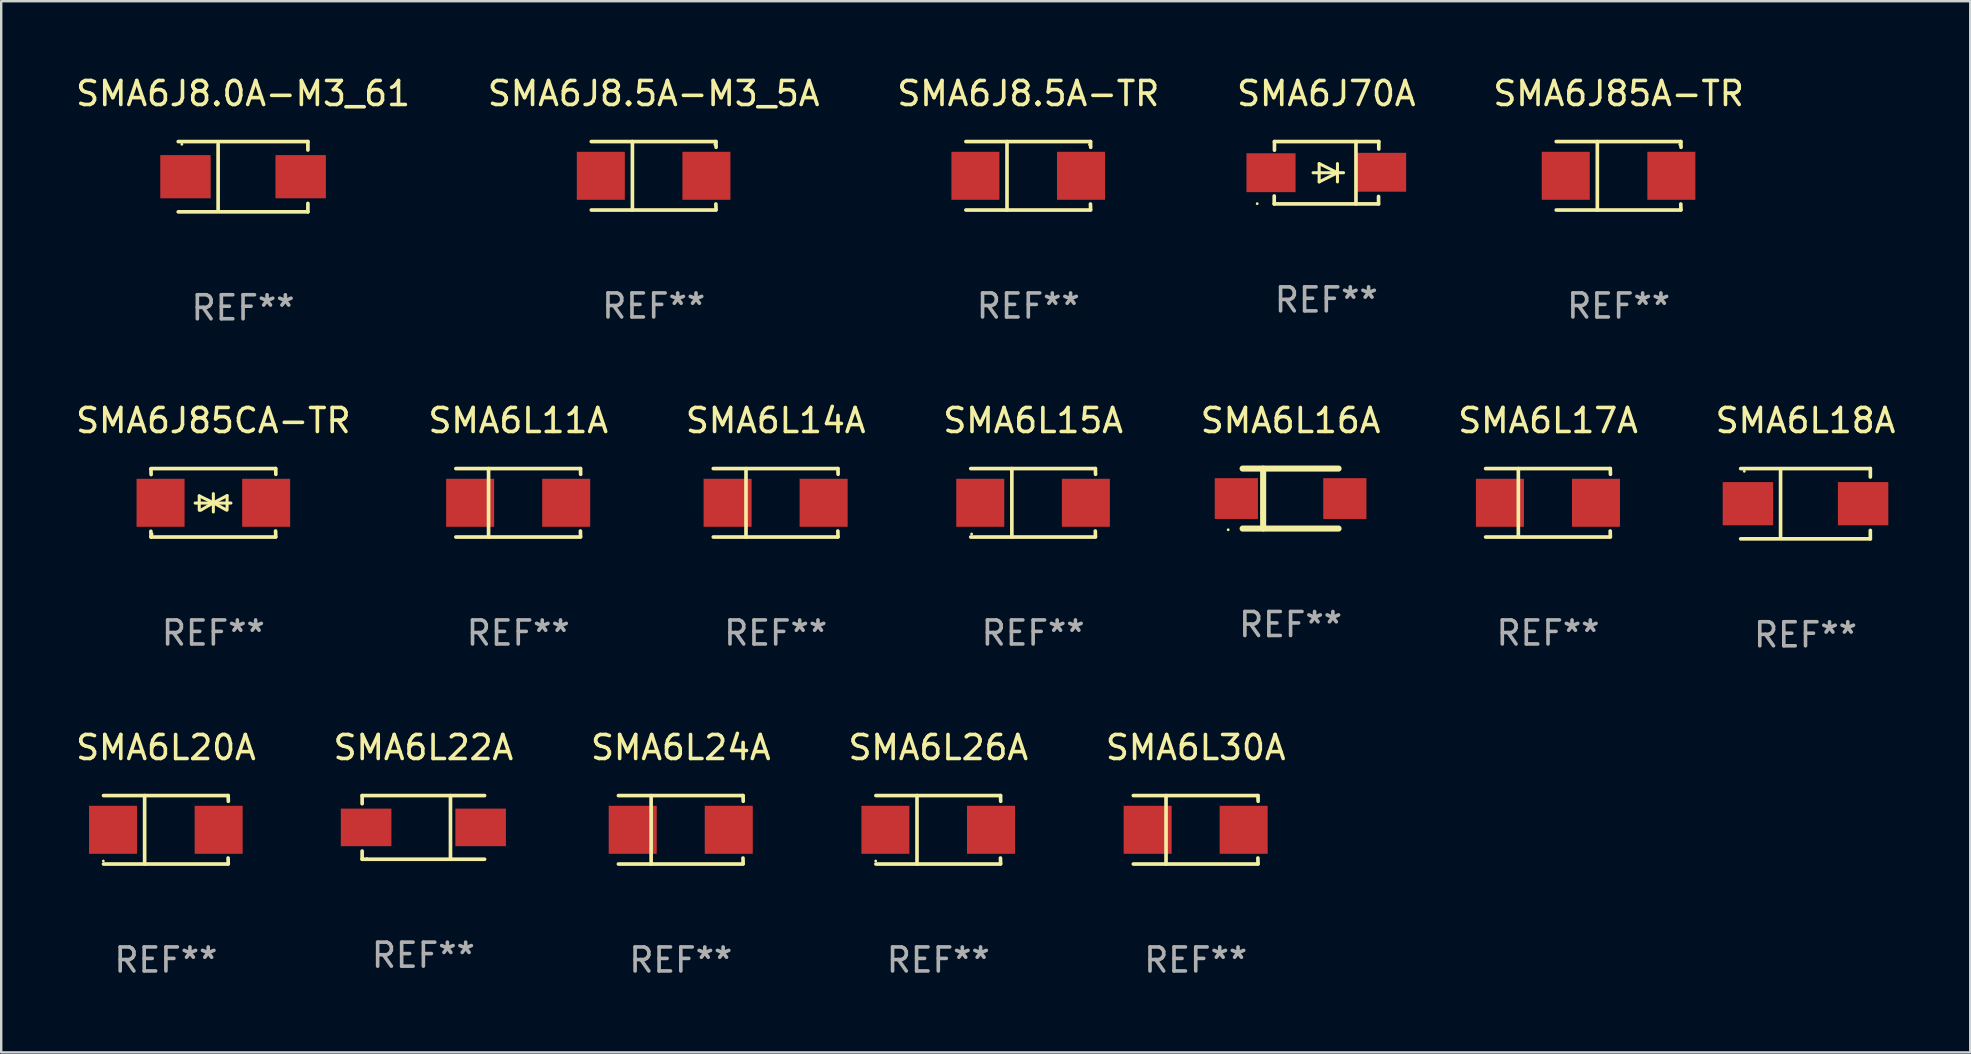
<source format=kicad_pcb>
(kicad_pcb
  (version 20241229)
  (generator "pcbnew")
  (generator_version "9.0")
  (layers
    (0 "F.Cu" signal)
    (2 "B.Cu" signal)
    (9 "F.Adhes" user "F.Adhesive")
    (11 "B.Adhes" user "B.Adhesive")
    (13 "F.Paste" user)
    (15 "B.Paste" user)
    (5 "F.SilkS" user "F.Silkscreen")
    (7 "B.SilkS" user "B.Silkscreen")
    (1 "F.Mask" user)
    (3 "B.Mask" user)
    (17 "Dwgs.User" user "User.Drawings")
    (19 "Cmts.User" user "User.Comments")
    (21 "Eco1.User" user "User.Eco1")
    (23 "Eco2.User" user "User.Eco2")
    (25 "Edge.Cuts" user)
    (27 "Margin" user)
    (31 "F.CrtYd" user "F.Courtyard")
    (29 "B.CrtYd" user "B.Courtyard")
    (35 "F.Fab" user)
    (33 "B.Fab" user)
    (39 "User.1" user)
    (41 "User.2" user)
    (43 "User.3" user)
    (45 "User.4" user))
  (footprint "SMA6L22A"
    (layer "F.Cu")
    (at 14.589 31.422)
    (property "Reference" "SMA6L22A" (at 0 -3.326 0) (layer "F.SilkS") (effects (font (size 1 1) (thickness 0.15))))
    (attr through_hole)
    (fp_line (start -2.551 -1.326) (end -2.551 -0.986) (stroke (width 0.152) (type solid)) (layer "F.SilkS"))
    (fp_line (start -2.551 1.326) (end -2.551 0.986) (stroke (width 0.152) (type solid)) (layer "F.SilkS"))
    (fp_line (start 1.129 1.326) (end 1.129 -1.326) (stroke (width 0.152) (type solid)) (layer "F.SilkS"))
    (fp_line (start 2.551 -1.326) (end -2.551 -1.326) (stroke (width 0.152) (type solid)) (layer "F.SilkS"))
    (fp_line (start 2.551 1.326) (end -2.551 1.326) (stroke (width 0.152) (type solid)) (layer "F.SilkS"))
    (fp_circle (center -2.35 1.3) (end -2.32 1.3) (stroke (width 0.06) (type solid)) (fill no) (layer "F.SilkS"))
    (fp_text user "REF**" (at 0 5.326 0) (layer "F.Fab") (effects (font (size 1 1) (thickness 0.15))))
    (pad "1" smd rect (at -2.386 0) (size 2.107 1.566) (layers "F.Cu" "F.Mask" "F.Paste"))
    (pad "2" smd rect (at 2.386 0) (size 2.107 1.566) (layers "F.Cu" "F.Mask" "F.Paste")))
  (footprint "SMA6J85A-TR"
    (layer "F.Cu")
    (at 64.387 4.274)
    (property "Reference" "SMA6J85A-TR" (at 0 -3.426 0) (layer "F.SilkS") (effects (font (size 1 1) (thickness 0.15))))
    (attr through_hole)
    (fp_line (start -2.6 -1.426) (end 2.593 -1.426) (stroke (width 0.152) (type solid)) (layer "F.SilkS"))
    (fp_line (start -2.6 1.426) (end 2.593 1.426) (stroke (width 0.152) (type solid)) (layer "F.SilkS"))
    (fp_line (start -0.887 -1.426) (end -0.887 1.426) (stroke (width 0.152) (type solid)) (layer "F.SilkS"))
    (fp_line (start 2.59 1.176) (end 2.597 1.415) (stroke (width 0.152) (type solid)) (layer "F.SilkS"))
    (fp_line (start 2.593 -1.426) (end 2.6 -1.187) (stroke (width 0.152) (type solid)) (layer "F.SilkS"))
    (fp_circle (center 2.547 -1.3) (end 2.577 -1.3) (stroke (width 0.06) (type solid)) (fill no) (layer "F.SilkS"))
    (fp_text user "REF**" (at 0 5.426 0) (layer "F.Fab") (effects (font (size 1 1) (thickness 0.15))))
    (pad "1" smd rect (at 2.197 -0.000025 180) (size 2 2) (layers "F.Cu" "F.Mask" "F.Paste"))
    (pad "2" smd rect (at -2.203 -0.000025 180) (size 2 2) (layers "F.Cu" "F.Mask" "F.Paste")))
  (footprint "SMA6J8.5A-M3_5A"
    (layer "F.Cu")
    (at 24.185 4.274)
    (property "Reference" "SMA6J8.5A-M3_5A" (at 0 -3.426 0) (layer "F.SilkS") (effects (font (size 1 1) (thickness 0.15))))
    (attr through_hole)
    (fp_line (start -2.6 -1.426) (end 2.593 -1.426) (stroke (width 0.152) (type solid)) (layer "F.SilkS"))
    (fp_line (start -2.6 1.426) (end 2.593 1.426) (stroke (width 0.152) (type solid)) (layer "F.SilkS"))
    (fp_line (start -0.887 -1.426) (end -0.887 1.426) (stroke (width 0.152) (type solid)) (layer "F.SilkS"))
    (fp_line (start 2.59 1.176) (end 2.597 1.415) (stroke (width 0.152) (type solid)) (layer "F.SilkS"))
    (fp_line (start 2.593 -1.426) (end 2.6 -1.187) (stroke (width 0.152) (type solid)) (layer "F.SilkS"))
    (fp_circle (center 2.547 -1.3) (end 2.577 -1.3) (stroke (width 0.06) (type solid)) (fill no) (layer "F.SilkS"))
    (fp_text user "REF**" (at 0 5.426 0) (layer "F.Fab") (effects (font (size 1 1) (thickness 0.15))))
    (pad "1" smd rect (at 2.197 -0.000025 180) (size 2 2) (layers "F.Cu" "F.Mask" "F.Paste"))
    (pad "2" smd rect (at -2.203 -0.000025 180) (size 2 2) (layers "F.Cu" "F.Mask" "F.Paste")))
  (footprint "SMA6L20A"
    (layer "F.Cu")
    (at 3.863 31.522)
    (property "Reference" "SMA6L20A" (at 0 -3.426 0) (layer "F.SilkS") (effects (font (size 1 1) (thickness 0.15))))
    (attr through_hole)
    (fp_line (start -2.6 -1.426) (end 2.593 -1.426) (stroke (width 0.152) (type solid)) (layer "F.SilkS"))
    (fp_line (start -2.6 1.426) (end 2.593 1.426) (stroke (width 0.152) (type solid)) (layer "F.SilkS"))
    (fp_line (start -0.887 -1.426) (end -0.887 1.426) (stroke (width 0.152) (type solid)) (layer "F.SilkS"))
    (fp_line (start 2.59 1.176) (end 2.597 1.415) (stroke (width 0.152) (type solid)) (layer "F.SilkS"))
    (fp_line (start 2.593 -1.426) (end 2.6 -1.187) (stroke (width 0.152) (type solid)) (layer "F.SilkS"))
    (fp_circle (center -2.608 1.3) (end -2.578 1.3) (stroke (width 0.06) (type solid)) (fill no) (layer "F.SilkS"))
    (fp_text user "REF**" (at 0 5.426 0) (layer "F.Fab") (effects (font (size 1 1) (thickness 0.15))))
    (pad "1" smd rect (at -2.203 0 180) (size 2 2) (layers "F.Cu" "F.Mask" "F.Paste"))
    (pad "2" smd rect (at 2.197 0 180) (size 2 2) (layers "F.Cu" "F.Mask" "F.Paste")))
  (footprint "SMA6L14A"
    (layer "F.Cu")
    (at 29.268 17.898)
    (property "Reference" "SMA6L14A" (at 0 -3.426 0) (layer "F.SilkS") (effects (font (size 1 1) (thickness 0.15))))
    (attr through_hole)
    (fp_line (start -2.6 -1.426) (end 2.593 -1.426) (stroke (width 0.152) (type solid)) (layer "F.SilkS"))
    (fp_line (start -2.6 1.426) (end 2.593 1.426) (stroke (width 0.152) (type solid)) (layer "F.SilkS"))
    (fp_line (start -1.237 -1.426) (end -1.237 1.426) (stroke (width 0.152) (type solid)) (layer "F.SilkS"))
    (fp_line (start 2.59 1.176) (end 2.597 1.415) (stroke (width 0.152) (type solid)) (layer "F.SilkS"))
    (fp_line (start 2.593 -1.426) (end 2.6 -1.187) (stroke (width 0.152) (type solid)) (layer "F.SilkS"))
    (fp_circle (center 2.602 -1.3) (end 2.632 -1.3) (stroke (width 0.06) (type solid)) (fill no) (layer "F.SilkS"))
    (fp_text user "REF**" (at 0 5.426 0) (layer "F.Fab") (effects (font (size 1 1) (thickness 0.15))))
    (pad "1" smd rect (at 1.997 0 180) (size 2 2) (layers "F.Cu" "F.Mask" "F.Paste"))
    (pad "2" smd rect (at -2.004 0 180) (size 2 2) (layers "F.Cu" "F.Mask" "F.Paste")))
  (footprint "SMA6L15A"
    (layer "F.Cu")
    (at 39.994 17.898)
    (property "Reference" "SMA6L15A" (at 0 -3.426 0) (layer "F.SilkS") (effects (font (size 1 1) (thickness 0.15))))
    (attr through_hole)
    (fp_line (start -2.6 -1.426) (end 2.593 -1.426) (stroke (width 0.152) (type solid)) (layer "F.SilkS"))
    (fp_line (start -2.6 1.426) (end 2.593 1.426) (stroke (width 0.152) (type solid)) (layer "F.SilkS"))
    (fp_line (start -0.887 -1.426) (end -0.887 1.426) (stroke (width 0.152) (type solid)) (layer "F.SilkS"))
    (fp_line (start 2.59 1.176) (end 2.597 1.415) (stroke (width 0.152) (type solid)) (layer "F.SilkS"))
    (fp_line (start 2.593 -1.426) (end 2.6 -1.187) (stroke (width 0.152) (type solid)) (layer "F.SilkS"))
    (fp_circle (center -2.563 1.3) (end -2.533 1.3) (stroke (width 0.06) (type solid)) (fill no) (layer "F.SilkS"))
    (fp_text user "REF**" (at 0 5.426 0) (layer "F.Fab") (effects (font (size 1 1) (thickness 0.15))))
    (pad "1" smd rect (at -2.203 -0.000025 180) (size 2 2) (layers "F.Cu" "F.Mask" "F.Paste"))
    (pad "2" smd rect (at 2.197 -0.000025 180) (size 2 2) (layers "F.Cu" "F.Mask" "F.Paste")))
  (footprint "SMA6L24A"
    (layer "F.Cu")
    (at 25.315 31.522)
    (property "Reference" "SMA6L24A" (at 0 -3.426 0) (layer "F.SilkS") (effects (font (size 1 1) (thickness 0.15))))
    (attr through_hole)
    (fp_line (start -2.6 -1.426) (end 2.593 -1.426) (stroke (width 0.152) (type solid)) (layer "F.SilkS"))
    (fp_line (start -2.6 1.426) (end 2.593 1.426) (stroke (width 0.152) (type solid)) (layer "F.SilkS"))
    (fp_line (start -1.237 -1.426) (end -1.237 1.426) (stroke (width 0.152) (type solid)) (layer "F.SilkS"))
    (fp_line (start 2.59 1.176) (end 2.597 1.415) (stroke (width 0.152) (type solid)) (layer "F.SilkS"))
    (fp_line (start 2.593 -1.426) (end 2.6 -1.187) (stroke (width 0.152) (type solid)) (layer "F.SilkS"))
    (fp_circle (center 2.602 -1.3) (end 2.632 -1.3) (stroke (width 0.06) (type solid)) (fill no) (layer "F.SilkS"))
    (fp_text user "REF**" (at 0 5.426 0) (layer "F.Fab") (effects (font (size 1 1) (thickness 0.15))))
    (pad "1" smd rect (at 1.997 0 180) (size 2 2) (layers "F.Cu" "F.Mask" "F.Paste"))
    (pad "2" smd rect (at -2.004 0 180) (size 2 2) (layers "F.Cu" "F.Mask" "F.Paste")))
  (footprint "SMA6L30A"
    (layer "F.Cu")
    (at 46.768 31.522)
    (property "Reference" "SMA6L30A" (at 0 -3.426 0) (layer "F.SilkS") (effects (font (size 1 1) (thickness 0.15))))
    (attr through_hole)
    (fp_line (start -2.6 -1.426) (end 2.593 -1.426) (stroke (width 0.152) (type solid)) (layer "F.SilkS"))
    (fp_line (start -2.6 1.426) (end 2.593 1.426) (stroke (width 0.152) (type solid)) (layer "F.SilkS"))
    (fp_line (start -1.237 -1.426) (end -1.237 1.426) (stroke (width 0.152) (type solid)) (layer "F.SilkS"))
    (fp_line (start 2.59 1.176) (end 2.597 1.415) (stroke (width 0.152) (type solid)) (layer "F.SilkS"))
    (fp_line (start 2.593 -1.426) (end 2.6 -1.187) (stroke (width 0.152) (type solid)) (layer "F.SilkS"))
    (fp_circle (center 2.602 -1.3) (end 2.632 -1.3) (stroke (width 0.06) (type solid)) (fill no) (layer "F.SilkS"))
    (fp_text user "REF**" (at 0 5.426 0) (layer "F.Fab") (effects (font (size 1 1) (thickness 0.15))))
    (pad "1" smd rect (at 1.997 0 180) (size 2 2) (layers "F.Cu" "F.Mask" "F.Paste"))
    (pad "2" smd rect (at -2.004 0 180) (size 2 2) (layers "F.Cu" "F.Mask" "F.Paste")))
  (footprint "SMA6J8.0A-M3_61"
    (layer "F.Cu")
    (at 7.077 4.312)
    (property "Reference" "SMA6J8.0A-M3_61" (at 0 -3.464 0) (layer "F.SilkS") (effects (font (size 1 1) (thickness 0.15))))
    (attr through_hole)
    (fp_line (start -2.701 -1.464) (end 2.701 -1.464) (stroke (width 0.152) (type solid)) (layer "F.SilkS"))
    (fp_line (start -2.701 1.464) (end 2.701 1.464) (stroke (width 0.152) (type solid)) (layer "F.SilkS"))
    (fp_line (start -1.039 -1.364) (end -1.039 1.364) (stroke (width 0.152) (type solid)) (layer "F.SilkS"))
    (fp_line (start 2.701 -1.464) (end 2.701 -1.113) (stroke (width 0.152) (type solid)) (layer "F.SilkS"))
    (fp_line (start 2.701 1.464) (end 2.701 1.113) (stroke (width 0.152) (type solid)) (layer "F.SilkS"))
    (fp_circle (center -2.55 -1.35) (end -2.52 -1.35) (stroke (width 0.06) (type solid)) (fill no) (layer "F.SilkS"))
    (fp_text user "REF**" (at 0 5.464 0) (layer "F.Fab") (effects (font (size 1 1) (thickness 0.15))))
    (pad "1" smd rect (at -2.4 0) (size 2.1 1.8) (layers "F.Cu" "F.Mask" "F.Paste"))
    (pad "2" smd rect (at 2.4 0) (size 2.1 1.8) (layers "F.Cu" "F.Mask" "F.Paste")))
  (footprint "SMA6L17A"
    (layer "F.Cu")
    (at 61.446 17.898)
    (property "Reference" "SMA6L17A" (at 0 -3.426 0) (layer "F.SilkS") (effects (font (size 1 1) (thickness 0.15))))
    (attr through_hole)
    (fp_line (start -2.6 -1.426) (end 2.593 -1.426) (stroke (width 0.152) (type solid)) (layer "F.SilkS"))
    (fp_line (start -2.6 1.426) (end 2.593 1.426) (stroke (width 0.152) (type solid)) (layer "F.SilkS"))
    (fp_line (start -1.237 -1.426) (end -1.237 1.426) (stroke (width 0.152) (type solid)) (layer "F.SilkS"))
    (fp_line (start 2.59 1.176) (end 2.597 1.415) (stroke (width 0.152) (type solid)) (layer "F.SilkS"))
    (fp_line (start 2.593 -1.426) (end 2.6 -1.187) (stroke (width 0.152) (type solid)) (layer "F.SilkS"))
    (fp_circle (center 2.602 -1.3) (end 2.632 -1.3) (stroke (width 0.06) (type solid)) (fill no) (layer "F.SilkS"))
    (fp_text user "REF**" (at 0 5.426 0) (layer "F.Fab") (effects (font (size 1 1) (thickness 0.15))))
    (pad "1" smd rect (at 1.997 0 180) (size 2 2) (layers "F.Cu" "F.Mask" "F.Paste"))
    (pad "2" smd rect (at -2.004 0 180) (size 2 2) (layers "F.Cu" "F.Mask" "F.Paste")))
  (footprint "SMA6J70A"
    (layer "F.Cu")
    (at 52.208 4.147)
    (property "Reference" "SMA6J70A" (at 0 -3.299 0) (layer "F.SilkS") (effects (font (size 1 1) (thickness 0.15))))
    (attr through_hole)
    (fp_line (start -2.17 0.969) (end -2.17 1.299) (stroke (width 0.152) (type solid)) (layer "F.SilkS"))
    (fp_line (start -2.17 1.299) (end 2.177 1.299) (stroke (width 0.152) (type solid)) (layer "F.SilkS"))
    (fp_line (start -2.16 -1.299) (end 2.186 -1.299) (stroke (width 0.152) (type solid)) (layer "F.SilkS"))
    (fp_line (start -2.16 -0.94) (end -2.16 -1.299) (stroke (width 0.152) (type solid)) (layer "F.SilkS"))
    (fp_line (start -0.551 -0.000483) (end 0.719 -0.000483) (stroke (width 0.127) (type solid)) (layer "F.SilkS"))
    (fp_line (start -0.297 -0.381) (end 0.465 -0.000483) (stroke (width 0.127) (type solid)) (layer "F.SilkS"))
    (fp_line (start -0.297 -0.000483) (end -0.297 -0.381) (stroke (width 0.127) (type solid)) (layer "F.SilkS"))
    (fp_line (start -0.297 -0.000483) (end -0.297 0.381) (stroke (width 0.127) (type solid)) (layer "F.SilkS"))
    (fp_line (start -0.297 0.381) (end 0.465 -0.000483) (stroke (width 0.127) (type solid)) (layer "F.SilkS"))
    (fp_line (start 0.465 -0.000483) (end 0.465 -0.381) (stroke (width 0.127) (type solid)) (layer "F.SilkS"))
    (fp_line (start 0.465 -0.000483) (end 0.465 0.381) (stroke (width 0.127) (type solid)) (layer "F.SilkS"))
    (fp_line (start 1.236 -1.299) (end 1.236 1.299) (stroke (width 0.152) (type solid)) (layer "F.SilkS"))
    (fp_line (start 2.177 1.299) (end 2.177 0.988) (stroke (width 0.152) (type solid)) (layer "F.SilkS"))
    (fp_line (start 2.186 -1.299) (end 2.186 -0.987) (stroke (width 0.152) (type solid)) (layer "F.SilkS"))
    (fp_circle (center -2.879 1.289) (end -2.849 1.289) (stroke (width 0.06) (type solid)) (fill no) (layer "F.SilkS"))
    (fp_text user "REF**" (at 0 5.299 0) (layer "F.Fab") (effects (font (size 1 1) (thickness 0.15))))
    (pad "1" smd rect (at -2.304 -0.001) (size 2.046 1.62) (layers "F.Cu" "F.Mask" "F.Paste"))
    (pad "2" smd rect (at 2.304 -0.02 180) (size 2.046 1.62) (layers "F.Cu" "F.Mask" "F.Paste")))
  (footprint "SMA6J85CA-TR"
    (layer "F.Cu")
    (at 5.839 17.898)
    (property "Reference" "SMA6J85CA-TR" (at 0 -3.426 0) (layer "F.SilkS") (effects (font (size 1 1) (thickness 0.15))))
    (attr through_hole)
    (fp_line (start -2.596 -1.426) (end 2.596 -1.426) (stroke (width 0.152) (type solid)) (layer "F.SilkS"))
    (fp_line (start -2.596 1.426) (end -2.603 1.187) (stroke (width 0.152) (type solid)) (layer "F.SilkS"))
    (fp_line (start -2.596 1.426) (end 2.596 1.426) (stroke (width 0.152) (type solid)) (layer "F.SilkS"))
    (fp_line (start -2.593 -1.176) (end -2.6 -1.415) (stroke (width 0.152) (type solid)) (layer "F.SilkS"))
    (fp_line (start -0.758 0.011) (end 0.732 0.011) (stroke (width 0.127) (type solid)) (layer "F.SilkS"))
    (fp_line (start -0.588 -0.289) (end -0.588 0.311) (stroke (width 0.127) (type solid)) (layer "F.SilkS"))
    (fp_line (start -0.588 -0.289) (end 0 0) (stroke (width 0.127) (type solid)) (layer "F.SilkS"))
    (fp_line (start -0.528 0.311) (end 0 0) (stroke (width 0.127) (type solid)) (layer "F.SilkS"))
    (fp_line (start 0 0) (end 0 -0.381) (stroke (width 0.127) (type solid)) (layer "F.SilkS"))
    (fp_line (start 0 0) (end 0 0.381) (stroke (width 0.127) (type solid)) (layer "F.SilkS"))
    (fp_line (start 0.542 0.301) (end 0 0) (stroke (width 0.127) (type solid)) (layer "F.SilkS"))
    (fp_line (start 0.572 -0.299) (end 0 0) (stroke (width 0.127) (type solid)) (layer "F.SilkS"))
    (fp_line (start 0.572 -0.299) (end 0.572 0.301) (stroke (width 0.127) (type solid)) (layer "F.SilkS"))
    (fp_line (start 2.593 1.176) (end 2.6 1.415) (stroke (width 0.152) (type solid)) (layer "F.SilkS"))
    (fp_line (start 2.596 -1.426) (end 2.603 -1.187) (stroke (width 0.152) (type solid)) (layer "F.SilkS"))
    (fp_circle (center -2.55 1.3) (end -2.52 1.3) (stroke (width 0.06) (type solid)) (fill no) (layer "F.SilkS"))
    (fp_text user "REF**" (at 0 5.426 0) (layer "F.Fab") (effects (font (size 1 1) (thickness 0.15))))
    (pad "1" smd rect (at -2.2 0 180) (size 2 2) (layers "F.Cu" "F.Mask" "F.Paste"))
    (pad "2" smd rect (at 2.2 0 180) (size 2 2) (layers "F.Cu" "F.Mask" "F.Paste")))
  (footprint "SMA6L18A"
    (layer "F.Cu")
    (at 72.173 17.936)
    (property "Reference" "SMA6L18A" (at 0 -3.464 0) (layer "F.SilkS") (effects (font (size 1 1) (thickness 0.15))))
    (attr through_hole)
    (fp_line (start -2.701 -1.464) (end 2.701 -1.464) (stroke (width 0.152) (type solid)) (layer "F.SilkS"))
    (fp_line (start -2.701 1.464) (end 2.701 1.464) (stroke (width 0.152) (type solid)) (layer "F.SilkS"))
    (fp_line (start -1.039 -1.364) (end -1.039 1.364) (stroke (width 0.152) (type solid)) (layer "F.SilkS"))
    (fp_line (start 2.701 -1.464) (end 2.701 -1.113) (stroke (width 0.152) (type solid)) (layer "F.SilkS"))
    (fp_line (start 2.701 1.464) (end 2.701 1.113) (stroke (width 0.152) (type solid)) (layer "F.SilkS"))
    (fp_circle (center -2.55 -1.35) (end -2.52 -1.35) (stroke (width 0.06) (type solid)) (fill no) (layer "F.SilkS"))
    (fp_text user "REF**" (at 0 5.464 0) (layer "F.Fab") (effects (font (size 1 1) (thickness 0.15))))
    (pad "1" smd rect (at -2.4 0) (size 2.1 1.8) (layers "F.Cu" "F.Mask" "F.Paste"))
    (pad "2" smd rect (at 2.4 0) (size 2.1 1.8) (layers "F.Cu" "F.Mask" "F.Paste")))
  (footprint "SMA6J8.5A-TR"
    (layer "F.Cu")
    (at 39.792 4.274)
    (property "Reference" "SMA6J8.5A-TR" (at 0 -3.426 0) (layer "F.SilkS") (effects (font (size 1 1) (thickness 0.15))))
    (attr through_hole)
    (fp_line (start -2.6 -1.426) (end 2.593 -1.426) (stroke (width 0.152) (type solid)) (layer "F.SilkS"))
    (fp_line (start -2.6 1.426) (end 2.593 1.426) (stroke (width 0.152) (type solid)) (layer "F.SilkS"))
    (fp_line (start -0.887 -1.426) (end -0.887 1.426) (stroke (width 0.152) (type solid)) (layer "F.SilkS"))
    (fp_line (start 2.59 1.176) (end 2.597 1.415) (stroke (width 0.152) (type solid)) (layer "F.SilkS"))
    (fp_line (start 2.593 -1.426) (end 2.6 -1.187) (stroke (width 0.152) (type solid)) (layer "F.SilkS"))
    (fp_circle (center 2.547 -1.3) (end 2.577 -1.3) (stroke (width 0.06) (type solid)) (fill no) (layer "F.SilkS"))
    (fp_text user "REF**" (at 0 5.426 0) (layer "F.Fab") (effects (font (size 1 1) (thickness 0.15))))
    (pad "1" smd rect (at 2.197 -0.000025 180) (size 2 2) (layers "F.Cu" "F.Mask" "F.Paste"))
    (pad "2" smd rect (at -2.203 -0.000025 180) (size 2 2) (layers "F.Cu" "F.Mask" "F.Paste")))
  (footprint "SMA6L11A"
    (layer "F.Cu")
    (at 18.542 17.898)
    (property "Reference" "SMA6L11A" (at 0 -3.426 0) (layer "F.SilkS") (effects (font (size 1 1) (thickness 0.15))))
    (attr through_hole)
    (fp_line (start -2.6 -1.426) (end 2.593 -1.426) (stroke (width 0.152) (type solid)) (layer "F.SilkS"))
    (fp_line (start -2.6 1.426) (end 2.593 1.426) (stroke (width 0.152) (type solid)) (layer "F.SilkS"))
    (fp_line (start -1.237 -1.426) (end -1.237 1.426) (stroke (width 0.152) (type solid)) (layer "F.SilkS"))
    (fp_line (start 2.59 1.176) (end 2.597 1.415) (stroke (width 0.152) (type solid)) (layer "F.SilkS"))
    (fp_line (start 2.593 -1.426) (end 2.6 -1.187) (stroke (width 0.152) (type solid)) (layer "F.SilkS"))
    (fp_circle (center 2.602 -1.3) (end 2.632 -1.3) (stroke (width 0.06) (type solid)) (fill no) (layer "F.SilkS"))
    (fp_text user "REF**" (at 0 5.426 0) (layer "F.Fab") (effects (font (size 1 1) (thickness 0.15))))
    (pad "1" smd rect (at 1.997 0 180) (size 2 2) (layers "F.Cu" "F.Mask" "F.Paste"))
    (pad "2" smd rect (at -2.004 0 180) (size 2 2) (layers "F.Cu" "F.Mask" "F.Paste")))
  (footprint "SMA6L26A"
    (layer "F.Cu")
    (at 36.042 31.522)
    (property "Reference" "SMA6L26A" (at 0 -3.426 0) (layer "F.SilkS") (effects (font (size 1 1) (thickness 0.15))))
    (attr through_hole)
    (fp_line (start -2.6 -1.426) (end 2.593 -1.426) (stroke (width 0.152) (type solid)) (layer "F.SilkS"))
    (fp_line (start -2.6 1.426) (end 2.593 1.426) (stroke (width 0.152) (type solid)) (layer "F.SilkS"))
    (fp_line (start -0.887 -1.426) (end -0.887 1.426) (stroke (width 0.152) (type solid)) (layer "F.SilkS"))
    (fp_line (start 2.59 1.176) (end 2.597 1.415) (stroke (width 0.152) (type solid)) (layer "F.SilkS"))
    (fp_line (start 2.593 -1.426) (end 2.6 -1.187) (stroke (width 0.152) (type solid)) (layer "F.SilkS"))
    (fp_circle (center -2.608 1.3) (end -2.578 1.3) (stroke (width 0.06) (type solid)) (fill no) (layer "F.SilkS"))
    (fp_text user "REF**" (at 0 5.426 0) (layer "F.Fab") (effects (font (size 1 1) (thickness 0.15))))
    (pad "1" smd rect (at -2.203 0 180) (size 2 2) (layers "F.Cu" "F.Mask" "F.Paste"))
    (pad "2" smd rect (at 2.197 0 180) (size 2 2) (layers "F.Cu" "F.Mask" "F.Paste")))
  (footprint "SMA6L16A"
    (layer "F.Cu")
    (at 50.72 17.722)
    (property "Reference" "SMA6L16A" (at 0 -3.25 0) (layer "F.SilkS") (effects (font (size 1 1) (thickness 0.15))))
    (attr through_hole)
    (fp_line (start -1.999 -1.25) (end 1.999 -1.25) (stroke (width 0.254) (type solid)) (layer "F.SilkS"))
    (fp_line (start -1.143 -1.245) (end -1.143 1.245) (stroke (width 0.254) (type solid)) (layer "F.SilkS"))
    (fp_line (start 1.999 1.25) (end -1.999 1.25) (stroke (width 0.254) (type solid)) (layer "F.SilkS"))
    (fp_circle (center -2.6 1.3) (end -2.57 1.3) (stroke (width 0.06) (type solid)) (fill no) (layer "F.SilkS"))
    (fp_text user "REF**" (at 0 5.25 0) (layer "F.Fab") (effects (font (size 1 1) (thickness 0.15))))
    (pad "1" smd rect (at -2.26 0) (size 1.8 1.7) (layers "F.Cu" "F.Mask" "F.Paste"))
    (pad "2" smd rect (at 2.26 0) (size 1.8 1.7) (layers "F.Cu" "F.Mask" "F.Paste")))
  (gr_rect
    (start -3 -3)
    (end 79.036 40.797)
    (stroke (width 0.1) (type default))
    (fill no)
    (layer "Edge.Cuts")))
</source>
